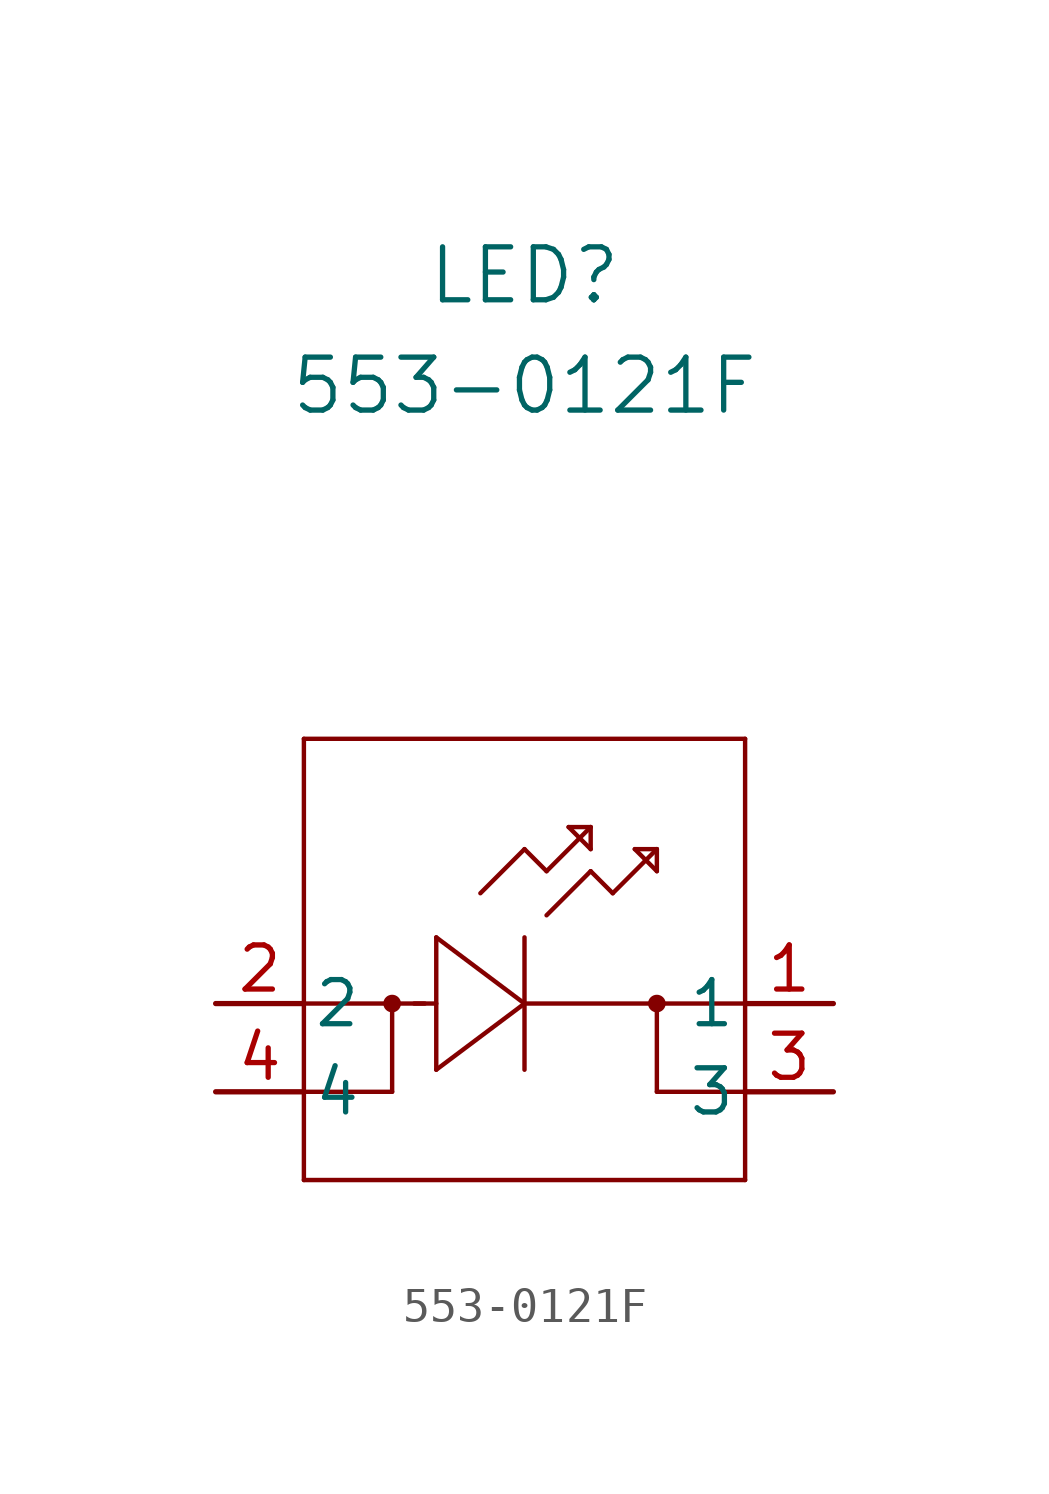
<source format=kicad_sym>
(kicad_symbol_lib
  (version 20211014)
  (generator kicad_symbol_editor)
  (symbol "553-0121F"
    (pin_names
      (offset 0.254))
    (property "Reference" "LED"
      (at 8.89 20.955 0)
      (effects (font (size 1.524 1.524))))
    (property "Value" "553-0121F"
      (at 8.89 17.78 0)
      (effects (font (size 1.524 1.524))))
    (symbol "553-0121F_0_1"
      (polyline (pts (xy 6.35 -1.905) (xy 8.89 0)) (stroke (width 0.127) (type default) (color 0 0 0 0)) (fill (type none)))
      (polyline (pts (xy 7.62 3.175) (xy 8.89 4.445)) (stroke (width 0.127) (type default) (color 0 0 0 0)) (fill (type none)))
      (polyline (pts (xy 2.54 0) (xy 6.02 0)) (stroke (width 0.127) (type default) (color 0 0 0 0)) (fill (type none)))
      (polyline (pts (xy 6.35 1.905) (xy 6.35 -1.905)) (stroke (width 0.127) (type default) (color 0 0 0 0)) (fill (type none)))
      (polyline (pts (xy 5.715 0) (xy 6.35 0)) (stroke (width 0.127) (type default) (color 0 0 0 0)) (fill (type none)))
      (polyline (pts (xy 8.89 -1.905) (xy 8.89 1.905)) (stroke (width 0.127) (type default) (color 0 0 0 0)) (fill (type none)))
      (polyline (pts (xy 8.89 0) (xy 15.24 0)) (stroke (width 0.127) (type default) (color 0 0 0 0)) (fill (type none)))
      (polyline (pts (xy 8.89 4.445) (xy 9.525 3.81)) (stroke (width 0.127) (type default) (color 0 0 0 0)) (fill (type none)))
      (polyline (pts (xy 9.525 3.81) (xy 10.795 5.08)) (stroke (width 0.127) (type default) (color 0 0 0 0)) (fill (type none)))
      (polyline (pts (xy 10.795 3.81) (xy 11.43 3.175)) (stroke (width 0.127) (type default) (color 0 0 0 0)) (fill (type none)))
      (polyline (pts (xy 11.43 3.175) (xy 12.7 4.445)) (stroke (width 0.127) (type default) (color 0 0 0 0)) (fill (type none)))
      (polyline (pts (xy 10.795 5.08) (xy 10.16 5.08)) (stroke (width 0.127) (type default) (color 0 0 0 0)) (fill (type none)))
      (polyline (pts (xy 10.16 5.08) (xy 10.795 4.445)) (stroke (width 0.127) (type default) (color 0 0 0 0)) (fill (type none)))
      (polyline (pts (xy 10.795 4.445) (xy 10.795 5.08)) (stroke (width 0.127) (type default) (color 0 0 0 0)) (fill (type none)))
      (polyline (pts (xy 12.7 4.445) (xy 12.065 4.445)) (stroke (width 0.127) (type default) (color 0 0 0 0)) (fill (type none)))
      (polyline (pts (xy 12.065 4.445) (xy 12.7 3.81)) (stroke (width 0.127) (type default) (color 0 0 0 0)) (fill (type none)))
      (polyline (pts (xy 12.7 3.81) (xy 12.7 4.445)) (stroke (width 0.127) (type default) (color 0 0 0 0)) (fill (type none)))
      (polyline (pts (xy 9.525 2.54) (xy 10.795 3.81)) (stroke (width 0.127) (type default) (color 0 0 0 0)) (fill (type none)))
      (polyline (pts (xy 8.89 0) (xy 6.35 1.905)) (stroke (width 0.127) (type default) (color 0 0 0 0)) (fill (type none)))
      (polyline (pts (xy 2.54 7.62) (xy 2.54 -5.08)) (stroke (width 0.127) (type default) (color 0 0 0 0)) (fill (type none)))
      (polyline (pts (xy 12.7 -2.54) (xy 15.24 -2.54)) (stroke (width 0.127) (type default) (color 0 0 0 0)) (fill (type none)))
      (polyline (pts (xy 2.54 -5.08) (xy 15.24 -5.08)) (stroke (width 0.127) (type default) (color 0 0 0 0)) (fill (type none)))
      (polyline (pts (xy 2.54 -2.54) (xy 5.08 -2.54)) (stroke (width 0.127) (type default) (color 0 0 0 0)) (fill (type none)))
      (polyline (pts (xy 15.24 -5.08) (xy 15.24 7.62)) (stroke (width 0.127) (type default) (color 0 0 0 0)) (fill (type none)))
      (polyline (pts (xy 5.08 0) (xy 5.08 -2.54)) (stroke (width 0.127) (type default) (color 0 0 0 0)) (fill (type none)))
      (polyline (pts (xy 12.7 -2.54) (xy 12.7 0)) (stroke (width 0.127) (type default) (color 0 0 0 0)) (fill (type none)))
      (circle (center 12.7 0) (radius 0.127) (stroke (width 0.254) (type default) (color 0 0 0 0)) (fill (type none)))
      (circle (center 5.08 0) (radius 0.127) (stroke (width 0.254) (type default) (color 0 0 0 0)) (fill (type none)))
      (polyline (pts (xy 15.24 7.62) (xy 2.54 7.62)) (stroke (width 0.127) (type default) (color 0 0 0 0)) (fill (type none)))
      (pin unspecified line (at 17.78 0 180) (length 2.54) (name "1" (effects (font (size 1.27 1.27)))) (number "1" (effects (font (size 1.27 1.27)))))
      (pin unspecified line (at 0 0 0) (length 2.54) (name "2" (effects (font (size 1.27 1.27)))) (number "2" (effects (font (size 1.27 1.27)))))
      (pin unspecified line (at 17.78 -2.54 180) (length 2.54) (name "3" (effects (font (size 1.27 1.27)))) (number "3" (effects (font (size 1.27 1.27)))))
      (pin unspecified line (at 0 -2.54 0) (length 2.54) (name "4" (effects (font (size 1.27 1.27)))) (number "4" (effects (font (size 1.27 1.27))))))))
</source>
